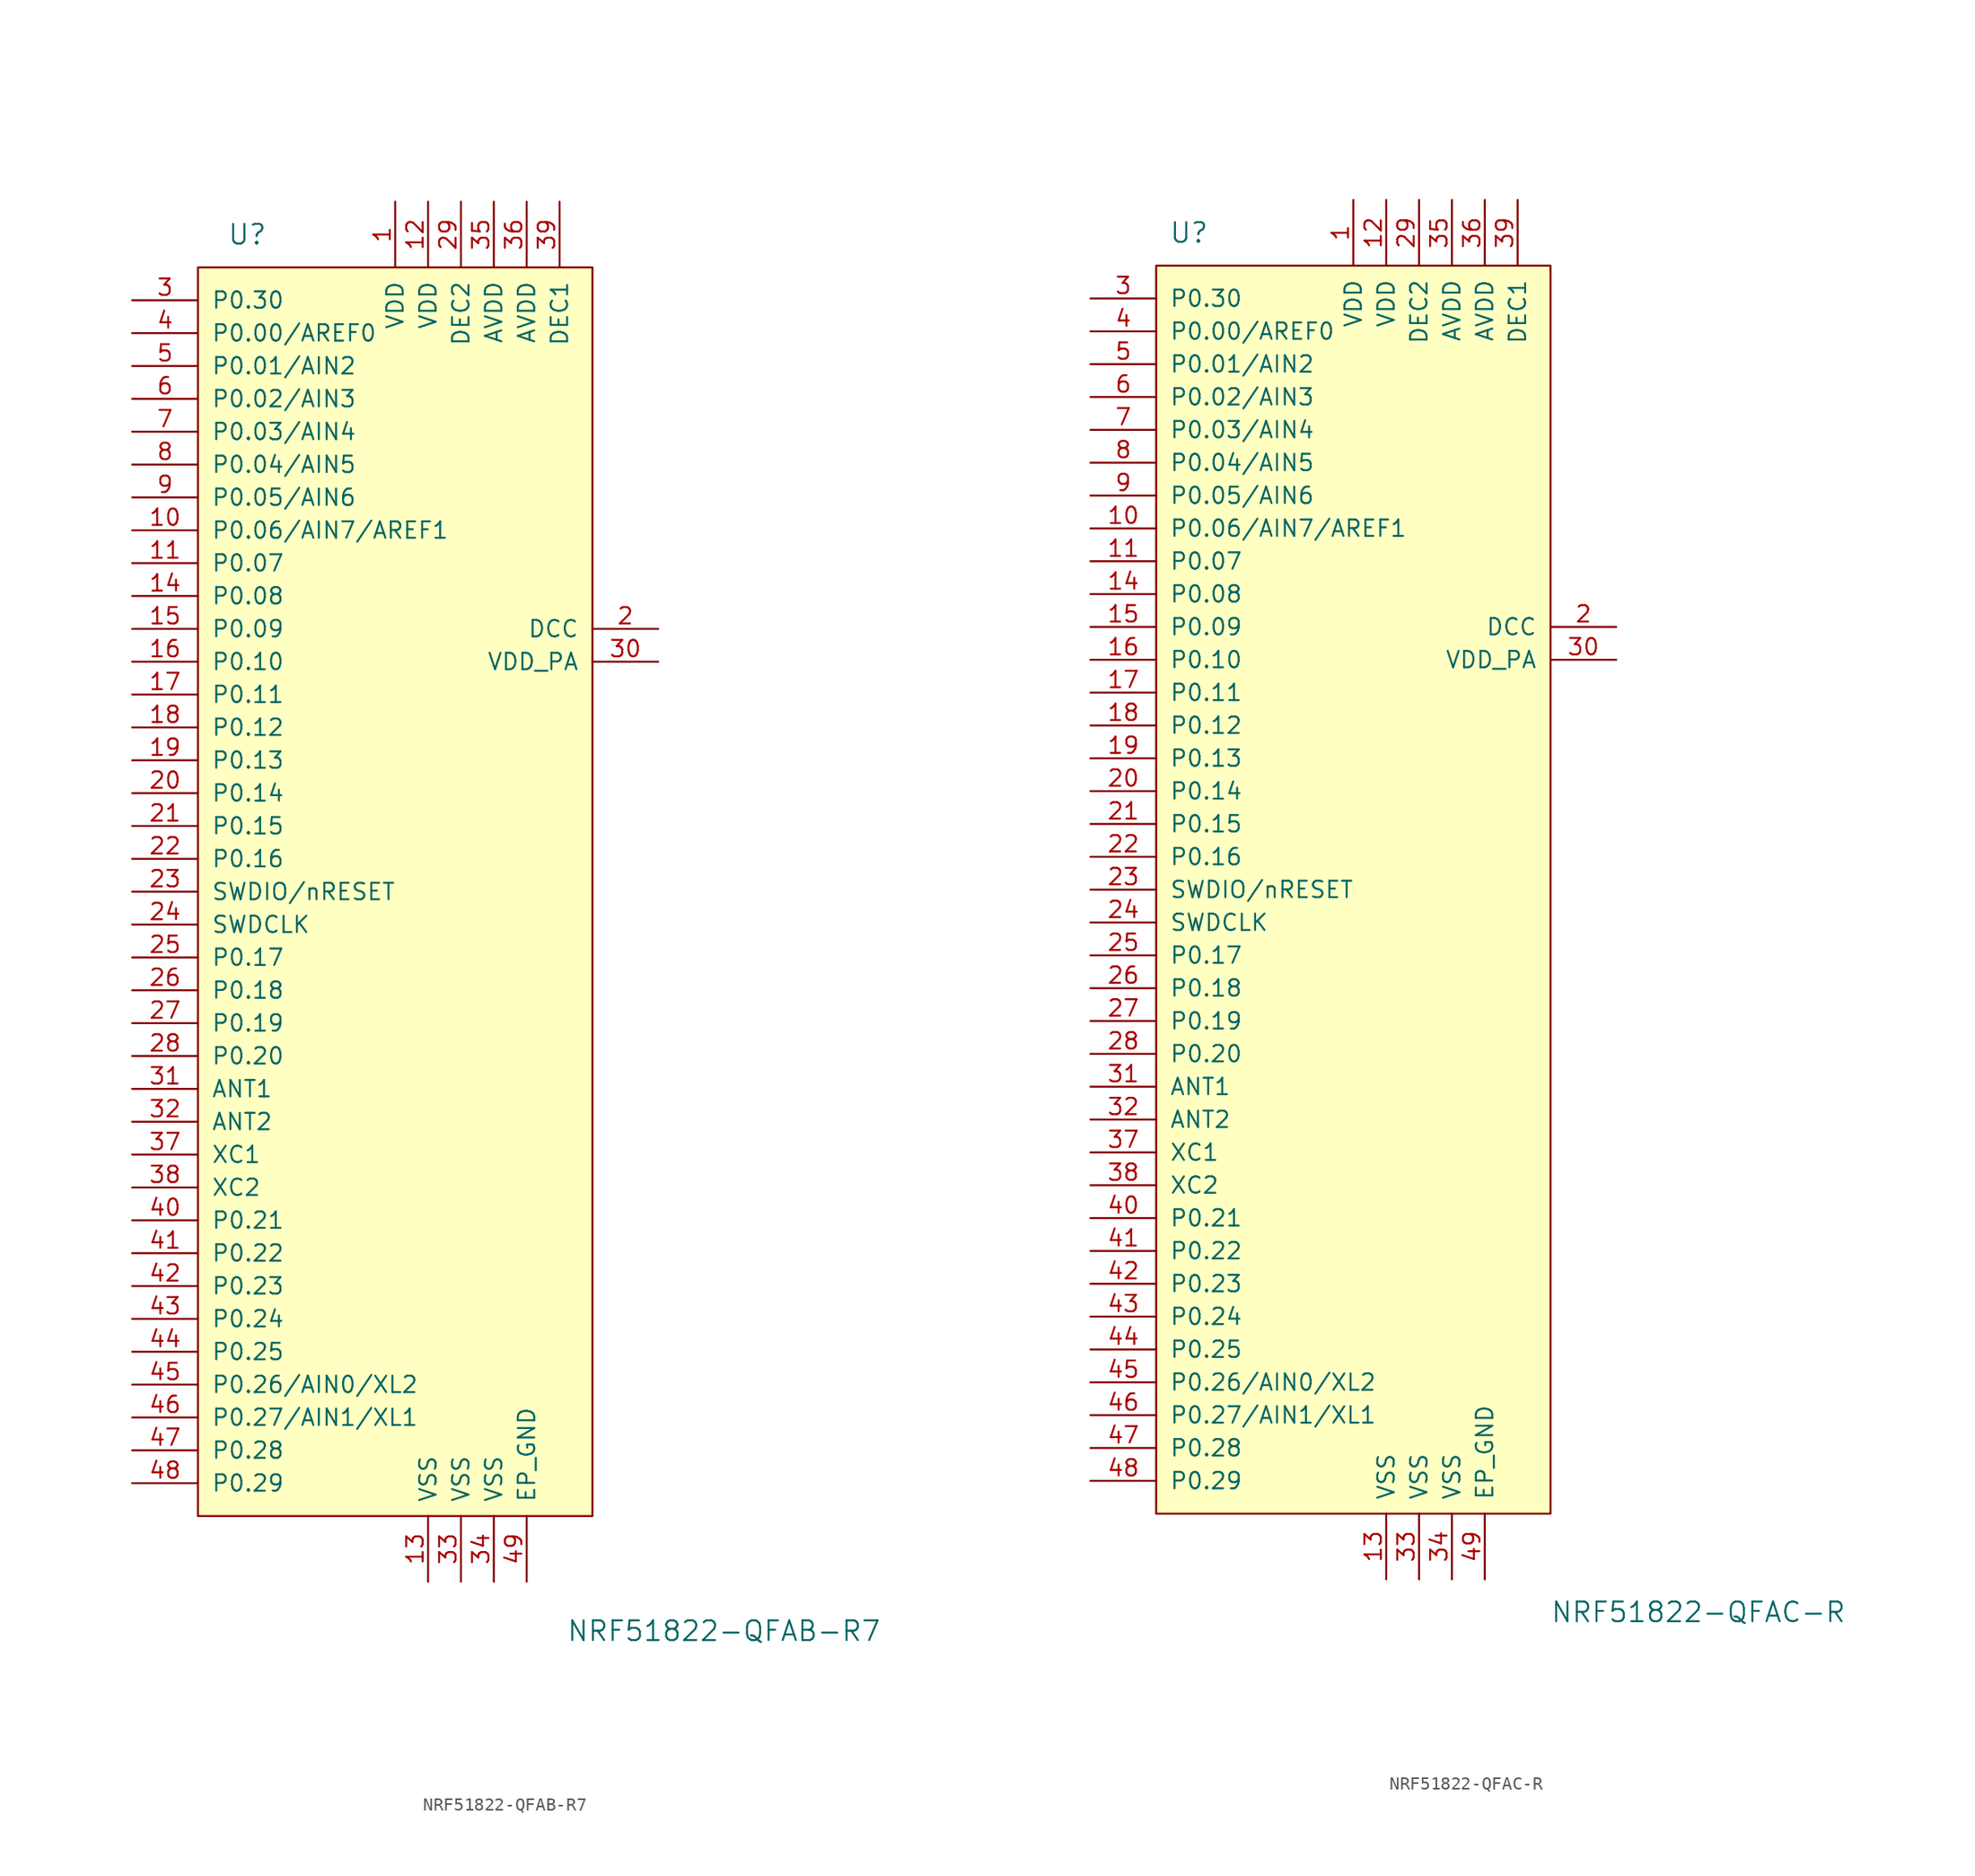
<source format=kicad_sym>
(kicad_symbol_lib
  (version 20201005)
  (generator kicad_symbol_editor)
  (symbol "NRF51822-QFAB-R7"
    (pin_names
      (offset 1.016))
    (property "Reference" "U"
      (at -16.51 45.72 0)
      (effects (font (size 1.524 1.524))))
    (property "Value" "NRF51822-QFAB-R7"
      (at 20.32 -62.23 0)
      (effects (font (size 1.524 1.524))))
    (symbol "NRF51822-QFAB-R7_0_1"
      (rectangle (start -20.32 43.18) (end 10.16 -53.34) (stroke (width 0)) (fill (type background))))
    (symbol "NRF51822-QFAB-R7_1_1"
      (pin power_in line (at -5.08 48.26 270) (length 5.08) (name "VDD" (effects (font (size 1.27 1.27)))) (number "1" (effects (font (size 1.27 1.27)))))
      (pin power_out line (at 15.24 15.24 180) (length 5.08) (name "DCC" (effects (font (size 1.27 1.27)))) (number "2" (effects (font (size 1.27 1.27)))))
      (pin bidirectional line (at -25.4 40.64 0) (length 5.08) (name "P0.30" (effects (font (size 1.27 1.27)))) (number "3" (effects (font (size 1.27 1.27)))))
      (pin bidirectional line (at -25.4 38.1 0) (length 5.08) (name "P0.00/AREF0" (effects (font (size 1.27 1.27)))) (number "4" (effects (font (size 1.27 1.27)))))
      (pin bidirectional line (at -25.4 35.56 0) (length 5.08) (name "P0.01/AIN2" (effects (font (size 1.27 1.27)))) (number "5" (effects (font (size 1.27 1.27)))))
      (pin bidirectional line (at -25.4 33.02 0) (length 5.08) (name "P0.02/AIN3" (effects (font (size 1.27 1.27)))) (number "6" (effects (font (size 1.27 1.27)))))
      (pin bidirectional line (at -25.4 30.48 0) (length 5.08) (name "P0.03/AIN4" (effects (font (size 1.27 1.27)))) (number "7" (effects (font (size 1.27 1.27)))))
      (pin bidirectional line (at -25.4 27.94 0) (length 5.08) (name "P0.04/AIN5" (effects (font (size 1.27 1.27)))) (number "8" (effects (font (size 1.27 1.27)))))
      (pin bidirectional line (at -25.4 25.4 0) (length 5.08) (name "P0.05/AIN6" (effects (font (size 1.27 1.27)))) (number "9" (effects (font (size 1.27 1.27)))))
      (pin bidirectional line (at -25.4 22.86 0) (length 5.08) (name "P0.06/AIN7/AREF1" (effects (font (size 1.27 1.27)))) (number "10" (effects (font (size 1.27 1.27)))))
      (pin bidirectional line (at -25.4 2.54 0) (length 5.08) (name "P0.14" (effects (font (size 1.27 1.27)))) (number "20" (effects (font (size 1.27 1.27)))))
      (pin power_out line (at 15.24 12.7 180) (length 5.08) (name "VDD_PA" (effects (font (size 1.27 1.27)))) (number "30" (effects (font (size 1.27 1.27)))))
      (pin bidirectional line (at -25.4 -30.48 0) (length 5.08) (name "P0.21" (effects (font (size 1.27 1.27)))) (number "40" (effects (font (size 1.27 1.27)))))
      (pin bidirectional line (at -25.4 20.32 0) (length 5.08) (name "P0.07" (effects (font (size 1.27 1.27)))) (number "11" (effects (font (size 1.27 1.27)))))
      (pin bidirectional line (at -25.4 0 0) (length 5.08) (name "P0.15" (effects (font (size 1.27 1.27)))) (number "21" (effects (font (size 1.27 1.27)))))
      (pin input line (at -25.4 -20.32 0) (length 5.08) (name "ANT1" (effects (font (size 1.27 1.27)))) (number "31" (effects (font (size 1.27 1.27)))))
      (pin bidirectional line (at -25.4 -33.02 0) (length 5.08) (name "P0.22" (effects (font (size 1.27 1.27)))) (number "41" (effects (font (size 1.27 1.27)))))
      (pin power_in line (at -2.54 48.26 270) (length 5.08) (name "VDD" (effects (font (size 1.27 1.27)))) (number "12" (effects (font (size 1.27 1.27)))))
      (pin bidirectional line (at -25.4 -2.54 0) (length 5.08) (name "P0.16" (effects (font (size 1.27 1.27)))) (number "22" (effects (font (size 1.27 1.27)))))
      (pin input line (at -25.4 -22.86 0) (length 5.08) (name "ANT2" (effects (font (size 1.27 1.27)))) (number "32" (effects (font (size 1.27 1.27)))))
      (pin bidirectional line (at -25.4 -35.56 0) (length 5.08) (name "P0.23" (effects (font (size 1.27 1.27)))) (number "42" (effects (font (size 1.27 1.27)))))
      (pin power_in line (at -2.54 -58.42 90) (length 5.08) (name "VSS" (effects (font (size 1.27 1.27)))) (number "13" (effects (font (size 1.27 1.27)))))
      (pin bidirectional line (at -25.4 -5.08 0) (length 5.08) (name "SWDIO/nRESET" (effects (font (size 1.27 1.27)))) (number "23" (effects (font (size 1.27 1.27)))))
      (pin power_in line (at 0 -58.42 90) (length 5.08) (name "VSS" (effects (font (size 1.27 1.27)))) (number "33" (effects (font (size 1.27 1.27)))))
      (pin bidirectional line (at -25.4 -38.1 0) (length 5.08) (name "P0.24" (effects (font (size 1.27 1.27)))) (number "43" (effects (font (size 1.27 1.27)))))
      (pin bidirectional line (at -25.4 17.78 0) (length 5.08) (name "P0.08" (effects (font (size 1.27 1.27)))) (number "14" (effects (font (size 1.27 1.27)))))
      (pin input line (at -25.4 -7.62 0) (length 5.08) (name "SWDCLK" (effects (font (size 1.27 1.27)))) (number "24" (effects (font (size 1.27 1.27)))))
      (pin power_in line (at 2.54 -58.42 90) (length 5.08) (name "VSS" (effects (font (size 1.27 1.27)))) (number "34" (effects (font (size 1.27 1.27)))))
      (pin bidirectional line (at -25.4 -40.64 0) (length 5.08) (name "P0.25" (effects (font (size 1.27 1.27)))) (number "44" (effects (font (size 1.27 1.27)))))
      (pin bidirectional line (at -25.4 15.24 0) (length 5.08) (name "P0.09" (effects (font (size 1.27 1.27)))) (number "15" (effects (font (size 1.27 1.27)))))
      (pin bidirectional line (at -25.4 -10.16 0) (length 5.08) (name "P0.17" (effects (font (size 1.27 1.27)))) (number "25" (effects (font (size 1.27 1.27)))))
      (pin power_in line (at 2.54 48.26 270) (length 5.08) (name "AVDD" (effects (font (size 1.27 1.27)))) (number "35" (effects (font (size 1.27 1.27)))))
      (pin bidirectional line (at -25.4 -43.18 0) (length 5.08) (name "P0.26/AIN0/XL2" (effects (font (size 1.27 1.27)))) (number "45" (effects (font (size 1.27 1.27)))))
      (pin bidirectional line (at -25.4 12.7 0) (length 5.08) (name "P0.10" (effects (font (size 1.27 1.27)))) (number "16" (effects (font (size 1.27 1.27)))))
      (pin bidirectional line (at -25.4 -12.7 0) (length 5.08) (name "P0.18" (effects (font (size 1.27 1.27)))) (number "26" (effects (font (size 1.27 1.27)))))
      (pin power_in line (at 5.08 48.26 270) (length 5.08) (name "AVDD" (effects (font (size 1.27 1.27)))) (number "36" (effects (font (size 1.27 1.27)))))
      (pin bidirectional line (at -25.4 -45.72 0) (length 5.08) (name "P0.27/AIN1/XL1" (effects (font (size 1.27 1.27)))) (number "46" (effects (font (size 1.27 1.27)))))
      (pin bidirectional line (at -25.4 10.16 0) (length 5.08) (name "P0.11" (effects (font (size 1.27 1.27)))) (number "17" (effects (font (size 1.27 1.27)))))
      (pin bidirectional line (at -25.4 -15.24 0) (length 5.08) (name "P0.19" (effects (font (size 1.27 1.27)))) (number "27" (effects (font (size 1.27 1.27)))))
      (pin input line (at -25.4 -25.4 0) (length 5.08) (name "XC1" (effects (font (size 1.27 1.27)))) (number "37" (effects (font (size 1.27 1.27)))))
      (pin bidirectional line (at -25.4 -48.26 0) (length 5.08) (name "P0.28" (effects (font (size 1.27 1.27)))) (number "47" (effects (font (size 1.27 1.27)))))
      (pin bidirectional line (at -25.4 7.62 0) (length 5.08) (name "P0.12" (effects (font (size 1.27 1.27)))) (number "18" (effects (font (size 1.27 1.27)))))
      (pin bidirectional line (at -25.4 -17.78 0) (length 5.08) (name "P0.20" (effects (font (size 1.27 1.27)))) (number "28" (effects (font (size 1.27 1.27)))))
      (pin input line (at -25.4 -27.94 0) (length 5.08) (name "XC2" (effects (font (size 1.27 1.27)))) (number "38" (effects (font (size 1.27 1.27)))))
      (pin bidirectional line (at -25.4 -50.8 0) (length 5.08) (name "P0.29" (effects (font (size 1.27 1.27)))) (number "48" (effects (font (size 1.27 1.27)))))
      (pin bidirectional line (at -25.4 5.08 0) (length 5.08) (name "P0.13" (effects (font (size 1.27 1.27)))) (number "19" (effects (font (size 1.27 1.27)))))
      (pin power_in line (at 0 48.26 270) (length 5.08) (name "DEC2" (effects (font (size 1.27 1.27)))) (number "29" (effects (font (size 1.27 1.27)))))
      (pin power_in line (at 7.62 48.26 270) (length 5.08) (name "DEC1" (effects (font (size 1.27 1.27)))) (number "39" (effects (font (size 1.27 1.27)))))
      (pin power_out line (at 5.08 -58.42 90) (length 5.08) (name "EP_GND" (effects (font (size 1.27 1.27)))) (number "49" (effects (font (size 1.27 1.27)))))))
  (symbol "NRF51822-QFAC-R"
    (pin_names
      (offset 1.016))
    (property "Reference" "U"
      (at -17.78 45.72 0)
      (effects (font (size 1.524 1.524))))
    (property "Value" "NRF51822-QFAC-R"
      (at 21.59 -60.96 0)
      (effects (font (size 1.524 1.524))))
    (symbol "NRF51822-QFAC-R_0_1"
      (rectangle (start -20.32 43.18) (end 10.16 -53.34) (stroke (width 0)) (fill (type background))))
    (symbol "NRF51822-QFAC-R_1_1"
      (pin power_in line (at -5.08 48.26 270) (length 5.08) (name "VDD" (effects (font (size 1.27 1.27)))) (number "1" (effects (font (size 1.27 1.27)))))
      (pin power_out line (at 15.24 15.24 180) (length 5.08) (name "DCC" (effects (font (size 1.27 1.27)))) (number "2" (effects (font (size 1.27 1.27)))))
      (pin bidirectional line (at -25.4 40.64 0) (length 5.08) (name "P0.30" (effects (font (size 1.27 1.27)))) (number "3" (effects (font (size 1.27 1.27)))))
      (pin bidirectional line (at -25.4 38.1 0) (length 5.08) (name "P0.00/AREF0" (effects (font (size 1.27 1.27)))) (number "4" (effects (font (size 1.27 1.27)))))
      (pin bidirectional line (at -25.4 35.56 0) (length 5.08) (name "P0.01/AIN2" (effects (font (size 1.27 1.27)))) (number "5" (effects (font (size 1.27 1.27)))))
      (pin bidirectional line (at -25.4 33.02 0) (length 5.08) (name "P0.02/AIN3" (effects (font (size 1.27 1.27)))) (number "6" (effects (font (size 1.27 1.27)))))
      (pin bidirectional line (at -25.4 30.48 0) (length 5.08) (name "P0.03/AIN4" (effects (font (size 1.27 1.27)))) (number "7" (effects (font (size 1.27 1.27)))))
      (pin bidirectional line (at -25.4 27.94 0) (length 5.08) (name "P0.04/AIN5" (effects (font (size 1.27 1.27)))) (number "8" (effects (font (size 1.27 1.27)))))
      (pin bidirectional line (at -25.4 25.4 0) (length 5.08) (name "P0.05/AIN6" (effects (font (size 1.27 1.27)))) (number "9" (effects (font (size 1.27 1.27)))))
      (pin bidirectional line (at -25.4 22.86 0) (length 5.08) (name "P0.06/AIN7/AREF1" (effects (font (size 1.27 1.27)))) (number "10" (effects (font (size 1.27 1.27)))))
      (pin bidirectional line (at -25.4 2.54 0) (length 5.08) (name "P0.14" (effects (font (size 1.27 1.27)))) (number "20" (effects (font (size 1.27 1.27)))))
      (pin power_out line (at 15.24 12.7 180) (length 5.08) (name "VDD_PA" (effects (font (size 1.27 1.27)))) (number "30" (effects (font (size 1.27 1.27)))))
      (pin bidirectional line (at -25.4 -30.48 0) (length 5.08) (name "P0.21" (effects (font (size 1.27 1.27)))) (number "40" (effects (font (size 1.27 1.27)))))
      (pin bidirectional line (at -25.4 20.32 0) (length 5.08) (name "P0.07" (effects (font (size 1.27 1.27)))) (number "11" (effects (font (size 1.27 1.27)))))
      (pin bidirectional line (at -25.4 0 0) (length 5.08) (name "P0.15" (effects (font (size 1.27 1.27)))) (number "21" (effects (font (size 1.27 1.27)))))
      (pin input line (at -25.4 -20.32 0) (length 5.08) (name "ANT1" (effects (font (size 1.27 1.27)))) (number "31" (effects (font (size 1.27 1.27)))))
      (pin bidirectional line (at -25.4 -33.02 0) (length 5.08) (name "P0.22" (effects (font (size 1.27 1.27)))) (number "41" (effects (font (size 1.27 1.27)))))
      (pin power_in line (at -2.54 48.26 270) (length 5.08) (name "VDD" (effects (font (size 1.27 1.27)))) (number "12" (effects (font (size 1.27 1.27)))))
      (pin bidirectional line (at -25.4 -2.54 0) (length 5.08) (name "P0.16" (effects (font (size 1.27 1.27)))) (number "22" (effects (font (size 1.27 1.27)))))
      (pin input line (at -25.4 -22.86 0) (length 5.08) (name "ANT2" (effects (font (size 1.27 1.27)))) (number "32" (effects (font (size 1.27 1.27)))))
      (pin bidirectional line (at -25.4 -35.56 0) (length 5.08) (name "P0.23" (effects (font (size 1.27 1.27)))) (number "42" (effects (font (size 1.27 1.27)))))
      (pin power_in line (at -2.54 -58.42 90) (length 5.08) (name "VSS" (effects (font (size 1.27 1.27)))) (number "13" (effects (font (size 1.27 1.27)))))
      (pin bidirectional line (at -25.4 -5.08 0) (length 5.08) (name "SWDIO/nRESET" (effects (font (size 1.27 1.27)))) (number "23" (effects (font (size 1.27 1.27)))))
      (pin power_in line (at 0 -58.42 90) (length 5.08) (name "VSS" (effects (font (size 1.27 1.27)))) (number "33" (effects (font (size 1.27 1.27)))))
      (pin bidirectional line (at -25.4 -38.1 0) (length 5.08) (name "P0.24" (effects (font (size 1.27 1.27)))) (number "43" (effects (font (size 1.27 1.27)))))
      (pin bidirectional line (at -25.4 17.78 0) (length 5.08) (name "P0.08" (effects (font (size 1.27 1.27)))) (number "14" (effects (font (size 1.27 1.27)))))
      (pin input line (at -25.4 -7.62 0) (length 5.08) (name "SWDCLK" (effects (font (size 1.27 1.27)))) (number "24" (effects (font (size 1.27 1.27)))))
      (pin power_in line (at 2.54 -58.42 90) (length 5.08) (name "VSS" (effects (font (size 1.27 1.27)))) (number "34" (effects (font (size 1.27 1.27)))))
      (pin bidirectional line (at -25.4 -40.64 0) (length 5.08) (name "P0.25" (effects (font (size 1.27 1.27)))) (number "44" (effects (font (size 1.27 1.27)))))
      (pin bidirectional line (at -25.4 15.24 0) (length 5.08) (name "P0.09" (effects (font (size 1.27 1.27)))) (number "15" (effects (font (size 1.27 1.27)))))
      (pin bidirectional line (at -25.4 -10.16 0) (length 5.08) (name "P0.17" (effects (font (size 1.27 1.27)))) (number "25" (effects (font (size 1.27 1.27)))))
      (pin power_in line (at 2.54 48.26 270) (length 5.08) (name "AVDD" (effects (font (size 1.27 1.27)))) (number "35" (effects (font (size 1.27 1.27)))))
      (pin bidirectional line (at -25.4 -43.18 0) (length 5.08) (name "P0.26/AIN0/XL2" (effects (font (size 1.27 1.27)))) (number "45" (effects (font (size 1.27 1.27)))))
      (pin bidirectional line (at -25.4 12.7 0) (length 5.08) (name "P0.10" (effects (font (size 1.27 1.27)))) (number "16" (effects (font (size 1.27 1.27)))))
      (pin bidirectional line (at -25.4 -12.7 0) (length 5.08) (name "P0.18" (effects (font (size 1.27 1.27)))) (number "26" (effects (font (size 1.27 1.27)))))
      (pin power_in line (at 5.08 48.26 270) (length 5.08) (name "AVDD" (effects (font (size 1.27 1.27)))) (number "36" (effects (font (size 1.27 1.27)))))
      (pin bidirectional line (at -25.4 -45.72 0) (length 5.08) (name "P0.27/AIN1/XL1" (effects (font (size 1.27 1.27)))) (number "46" (effects (font (size 1.27 1.27)))))
      (pin bidirectional line (at -25.4 10.16 0) (length 5.08) (name "P0.11" (effects (font (size 1.27 1.27)))) (number "17" (effects (font (size 1.27 1.27)))))
      (pin bidirectional line (at -25.4 -15.24 0) (length 5.08) (name "P0.19" (effects (font (size 1.27 1.27)))) (number "27" (effects (font (size 1.27 1.27)))))
      (pin input line (at -25.4 -25.4 0) (length 5.08) (name "XC1" (effects (font (size 1.27 1.27)))) (number "37" (effects (font (size 1.27 1.27)))))
      (pin bidirectional line (at -25.4 -48.26 0) (length 5.08) (name "P0.28" (effects (font (size 1.27 1.27)))) (number "47" (effects (font (size 1.27 1.27)))))
      (pin bidirectional line (at -25.4 7.62 0) (length 5.08) (name "P0.12" (effects (font (size 1.27 1.27)))) (number "18" (effects (font (size 1.27 1.27)))))
      (pin bidirectional line (at -25.4 -17.78 0) (length 5.08) (name "P0.20" (effects (font (size 1.27 1.27)))) (number "28" (effects (font (size 1.27 1.27)))))
      (pin input line (at -25.4 -27.94 0) (length 5.08) (name "XC2" (effects (font (size 1.27 1.27)))) (number "38" (effects (font (size 1.27 1.27)))))
      (pin bidirectional line (at -25.4 -50.8 0) (length 5.08) (name "P0.29" (effects (font (size 1.27 1.27)))) (number "48" (effects (font (size 1.27 1.27)))))
      (pin bidirectional line (at -25.4 5.08 0) (length 5.08) (name "P0.13" (effects (font (size 1.27 1.27)))) (number "19" (effects (font (size 1.27 1.27)))))
      (pin power_in line (at 0 48.26 270) (length 5.08) (name "DEC2" (effects (font (size 1.27 1.27)))) (number "29" (effects (font (size 1.27 1.27)))))
      (pin power_in line (at 7.62 48.26 270) (length 5.08) (name "DEC1" (effects (font (size 1.27 1.27)))) (number "39" (effects (font (size 1.27 1.27)))))
      (pin power_in line (at 5.08 -58.42 90) (length 5.08) (name "EP_GND" (effects (font (size 1.27 1.27)))) (number "49" (effects (font (size 1.27 1.27))))))))
</source>
